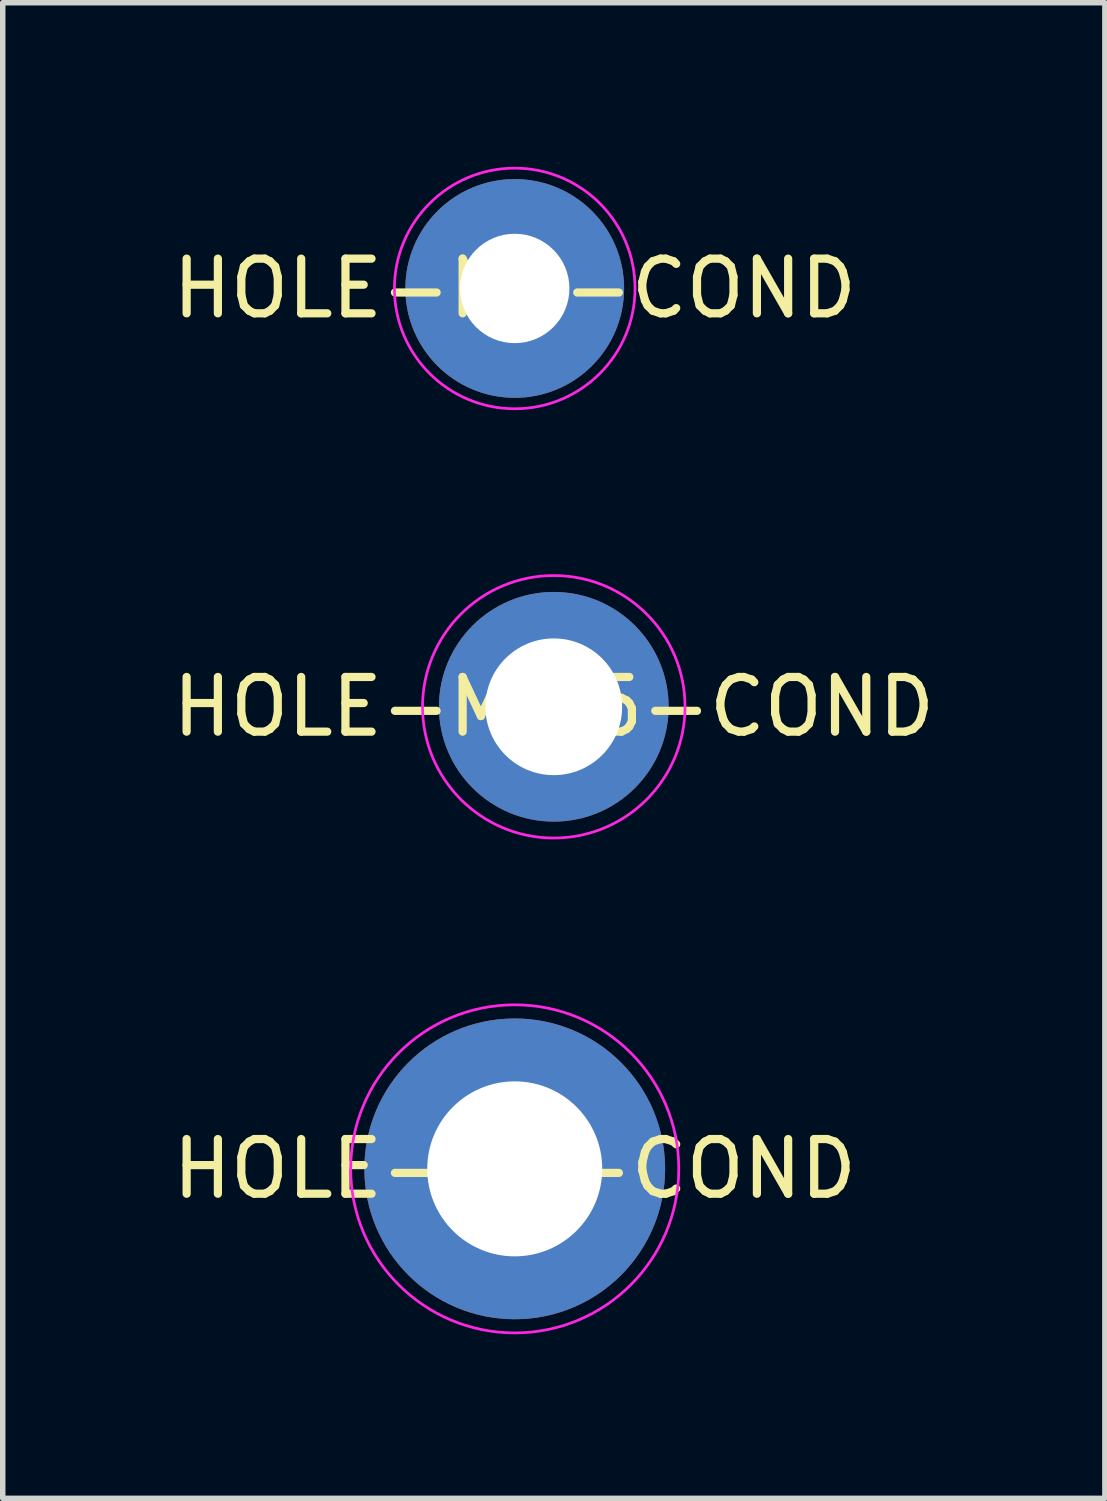
<source format=kicad_pcb>
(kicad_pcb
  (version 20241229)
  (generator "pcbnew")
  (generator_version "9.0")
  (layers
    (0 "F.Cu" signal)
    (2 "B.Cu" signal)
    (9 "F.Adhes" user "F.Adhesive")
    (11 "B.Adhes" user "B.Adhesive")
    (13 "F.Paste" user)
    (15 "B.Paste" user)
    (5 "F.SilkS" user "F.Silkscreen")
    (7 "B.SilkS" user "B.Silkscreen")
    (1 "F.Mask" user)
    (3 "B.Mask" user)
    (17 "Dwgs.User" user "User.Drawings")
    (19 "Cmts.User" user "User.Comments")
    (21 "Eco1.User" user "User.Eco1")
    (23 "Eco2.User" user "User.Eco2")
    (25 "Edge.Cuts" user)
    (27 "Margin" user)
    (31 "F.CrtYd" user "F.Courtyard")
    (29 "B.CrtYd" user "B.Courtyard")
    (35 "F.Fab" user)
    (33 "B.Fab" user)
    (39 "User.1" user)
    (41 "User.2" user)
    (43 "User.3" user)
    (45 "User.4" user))
  (footprint "HOLE-M2.5-COND"
    (layer "F.Cu")
    (at 7.077 9.875)
    (property "Reference" "HOLE-M2.5-COND" (at 0 0 0) (layer "F.SilkS") (effects (font (size 1 1) (thickness 0.15))))
    (attr through_hole)
    (fp_circle (center 0 0) (end -2.4 0) (stroke (width 0.05) (type solid)) (fill no) (layer "F.CrtYd"))
    (pad "1" thru_hole circle (at 0 0) (size 2.5 2.5) (drill 2.5) (layers "*.Cu"))
    (pad "1" smd circle (at 0 0) (size 4.2 4.2) (layers "F.Cu" "F.Mask"))
    (pad "1" smd circle (at 0 0) (size 4.2 4.2) (layers "B.Cu" "B.Mask")))
  (footprint "HOLE-M3-COND"
    (layer "F.Cu")
    (at 6.363 18.325)
    (property "Reference" "HOLE-M3-COND" (at 0 0 0) (layer "F.SilkS") (effects (font (size 1 1) (thickness 0.15))))
    (attr through_hole)
    (fp_circle (center 0 0) (end -3 0) (stroke (width 0.05) (type solid)) (fill no) (layer "F.CrtYd"))
    (pad "1" thru_hole circle (at 0 0) (size 3.6 3.6) (drill 3.2) (layers "*.Cu"))
    (pad "1" smd circle (at 0 0) (size 5.5 5.5) (layers "F.Cu" "F.Mask"))
    (pad "1" smd circle (at 0 0) (size 5.5 5.5) (layers "B.Cu" "B.Mask")))
  (footprint "HOLE-M2-COND"
    (layer "F.Cu")
    (at 6.363 2.225)
    (property "Reference" "HOLE-M2-COND" (at 0 0 0) (layer "F.SilkS") (effects (font (size 1 1) (thickness 0.15))))
    (attr through_hole)
    (fp_circle (center 0 0) (end -2.2 0) (stroke (width 0.05) (type solid)) (fill no) (layer "F.CrtYd"))
    (pad "1" thru_hole circle (at 0 0) (size 2 2) (drill 2) (layers "*.Cu"))
    (pad "1" smd circle (at 0 0) (size 4 4) (layers "F.Cu" "F.Mask"))
    (pad "1" smd circle (at 0 0) (size 4 4) (layers "B.Cu" "B.Mask")))
  (gr_rect
    (start -3 -3)
    (end 17.155 24.35)
    (stroke (width 0.1) (type default))
    (fill no)
    (layer "Edge.Cuts")))
</source>
